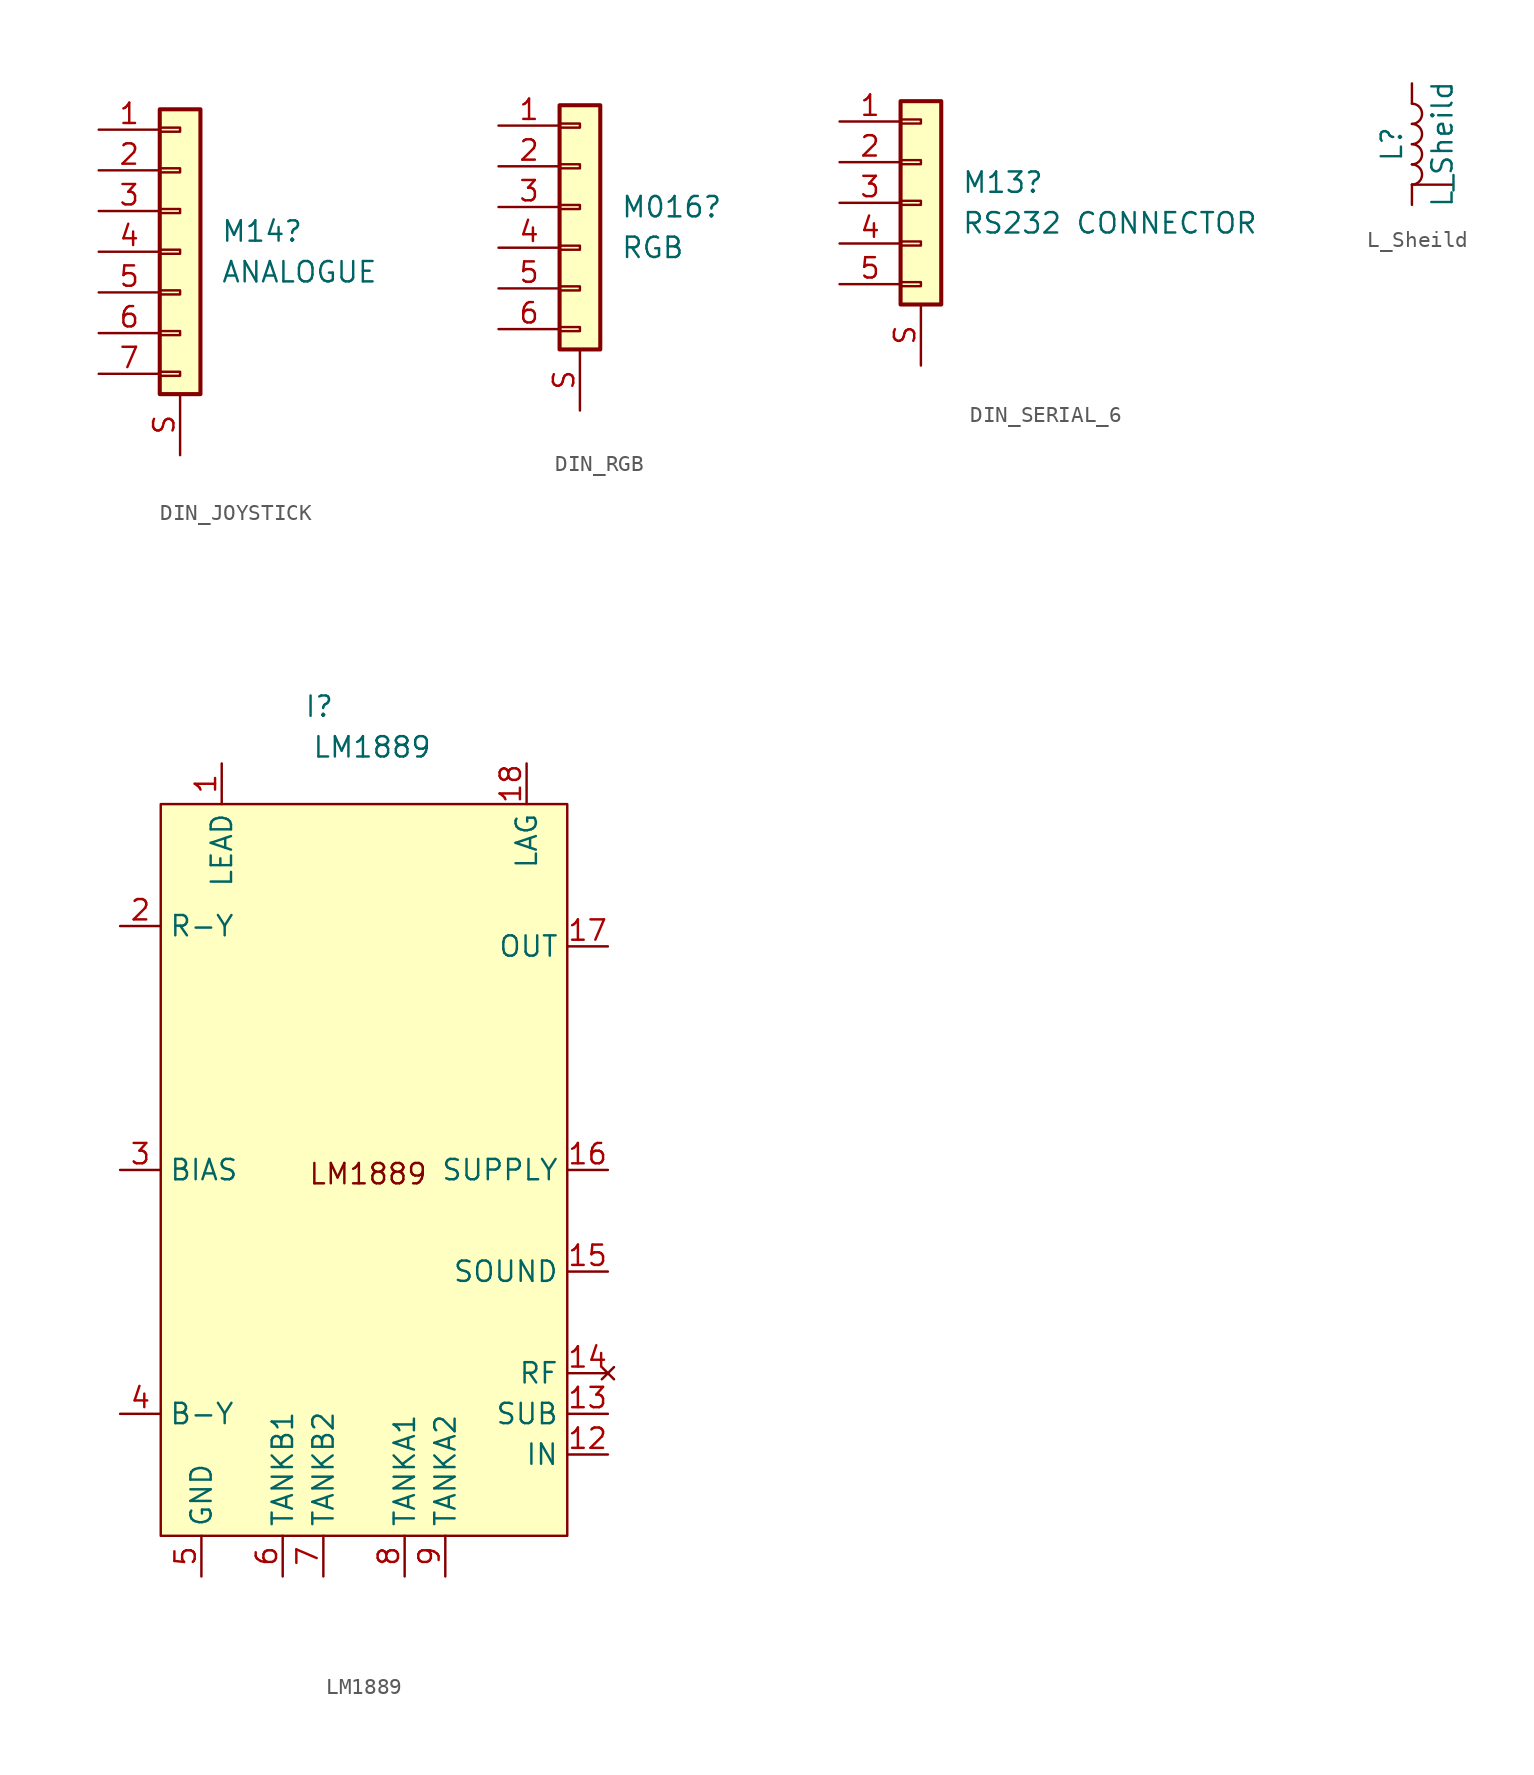
<source format=kicad_sym>
(kicad_symbol_lib
  (version 20241209)
  (generator "kicad_symbol_editor")
  (generator_version "9.0")
  (symbol "DIN_JOYSTICK"
    (pin_names
      (offset 1.016)
      (hide yes))
    (property "Reference" "M14"
      (at 2.54 1.27 0)
      (effects (font (size 1.27 1.27)) (justify left)))
    (property "Value" "ANALOGUE"
      (at 2.54 -1.27 0)
      (effects (font (size 1.27 1.27)) (justify left)))
    (symbol "DIN_JOYSTICK_1_1"
      (rectangle (start -1.27 8.89) (end 1.27 -8.89) (stroke (width 0.254) (type default)) (fill (type background)))
      (rectangle (start -1.27 7.747) (end 0 7.493) (stroke (width 0.152) (type default)) (fill (type none)))
      (rectangle (start -1.27 5.207) (end 0 4.953) (stroke (width 0.152) (type default)) (fill (type none)))
      (rectangle (start -1.27 2.667) (end 0 2.413) (stroke (width 0.152) (type default)) (fill (type none)))
      (rectangle (start -1.27 0.127) (end 0 -0.127) (stroke (width 0.152) (type default)) (fill (type none)))
      (rectangle (start -1.27 -2.413) (end 0 -2.667) (stroke (width 0.152) (type default)) (fill (type none)))
      (rectangle (start -1.27 -4.953) (end 0 -5.207) (stroke (width 0.152) (type default)) (fill (type none)))
      (rectangle (start -1.27 -7.493) (end 0 -7.747) (stroke (width 0.152) (type default)) (fill (type none)))
      (pin passive line (at -5.08 7.62 0) (length 3.81) (name "Pin_1" (effects (font (size 1.27 1.27)))) (number "1" (effects (font (size 1.27 1.27)))))
      (pin passive line (at -5.08 5.08 0) (length 3.81) (name "Pin_2" (effects (font (size 1.27 1.27)))) (number "2" (effects (font (size 1.27 1.27)))))
      (pin passive line (at -5.08 2.54 0) (length 3.81) (name "Pin_3" (effects (font (size 1.27 1.27)))) (number "3" (effects (font (size 1.27 1.27)))))
      (pin passive line (at -5.08 0 0) (length 3.81) (name "Pin_4" (effects (font (size 1.27 1.27)))) (number "4" (effects (font (size 1.27 1.27)))))
      (pin passive line (at -5.08 -2.54 0) (length 3.81) (name "Pin_5" (effects (font (size 1.27 1.27)))) (number "5" (effects (font (size 1.27 1.27)))))
      (pin passive line (at -5.08 -5.08 0) (length 3.81) (name "Pin_6" (effects (font (size 1.27 1.27)))) (number "6" (effects (font (size 1.27 1.27)))))
      (pin passive line (at -5.08 -7.62 0) (length 3.81) (name "Pin_7" (effects (font (size 1.27 1.27)))) (number "7" (effects (font (size 1.27 1.27)))))
      (pin passive line (at 0 -12.7 90) (length 3.81) (name "Shield" (effects (font (size 1.27 1.27)))) (number "S" (effects (font (size 1.27 1.27)))))))
  (symbol "DIN_RGB"
    (pin_names
      (offset 1.016)
      (hide yes))
    (property "Reference" "M016"
      (at 2.54 0.0001 0)
      (effects (font (size 1.27 1.27)) (justify left)))
    (property "Value" "RGB"
      (at 2.54 -2.54 0)
      (effects (font (size 1.27 1.27)) (justify left)))
    (symbol "DIN_RGB_1_1"
      (rectangle (start -1.27 6.35) (end 1.27 -8.89) (stroke (width 0.254) (type default)) (fill (type background)))
      (rectangle (start -1.27 5.207) (end 0 4.953) (stroke (width 0.152) (type default)) (fill (type none)))
      (rectangle (start -1.27 2.667) (end 0 2.413) (stroke (width 0.152) (type default)) (fill (type none)))
      (rectangle (start -1.27 0.127) (end 0 -0.127) (stroke (width 0.152) (type default)) (fill (type none)))
      (rectangle (start -1.27 -2.413) (end 0 -2.667) (stroke (width 0.152) (type default)) (fill (type none)))
      (rectangle (start -1.27 -4.953) (end 0 -5.207) (stroke (width 0.152) (type default)) (fill (type none)))
      (rectangle (start -1.27 -7.493) (end 0 -7.747) (stroke (width 0.152) (type default)) (fill (type none)))
      (pin passive line (at -5.08 5.08 0) (length 3.81) (name "Pin_1" (effects (font (size 1.27 1.27)))) (number "1" (effects (font (size 1.27 1.27)))))
      (pin passive line (at -5.08 2.54 0) (length 3.81) (name "Pin_2" (effects (font (size 1.27 1.27)))) (number "2" (effects (font (size 1.27 1.27)))))
      (pin passive line (at -5.08 0 0) (length 3.81) (name "Pin_3" (effects (font (size 1.27 1.27)))) (number "3" (effects (font (size 1.27 1.27)))))
      (pin passive line (at -5.08 -2.54 0) (length 3.81) (name "Pin_4" (effects (font (size 1.27 1.27)))) (number "4" (effects (font (size 1.27 1.27)))))
      (pin passive line (at -5.08 -5.08 0) (length 3.81) (name "Pin_5" (effects (font (size 1.27 1.27)))) (number "5" (effects (font (size 1.27 1.27)))))
      (pin passive line (at -5.08 -7.62 0) (length 3.81) (name "Pin_6" (effects (font (size 1.27 1.27)))) (number "6" (effects (font (size 1.27 1.27)))))
      (pin passive line (at 0 -12.7 90) (length 3.81) (name "Shield" (effects (font (size 1.27 1.27)))) (number "S" (effects (font (size 1.27 1.27)))))))
  (symbol "DIN_SERIAL_6"
    (pin_names
      (offset 1.016)
      (hide yes))
    (property "Reference" "M13"
      (at 2.54 1.27 0)
      (effects (font (size 1.27 1.27)) (justify left)))
    (property "Value" "RS232 CONNECTOR"
      (at 2.54 -1.27 0)
      (effects (font (size 1.27 1.27)) (justify left)))
    (symbol "DIN_SERIAL_6_1_1"
      (rectangle (start -1.27 6.35) (end 1.27 -6.35) (stroke (width 0.254) (type default)) (fill (type background)))
      (rectangle (start -1.27 5.207) (end 0 4.953) (stroke (width 0.152) (type default)) (fill (type none)))
      (rectangle (start -1.27 2.667) (end 0 2.413) (stroke (width 0.152) (type default)) (fill (type none)))
      (rectangle (start -1.27 0.127) (end 0 -0.127) (stroke (width 0.152) (type default)) (fill (type none)))
      (rectangle (start -1.27 -2.413) (end 0 -2.667) (stroke (width 0.152) (type default)) (fill (type none)))
      (rectangle (start -1.27 -4.953) (end 0 -5.207) (stroke (width 0.152) (type default)) (fill (type none)))
      (pin passive line (at -5.08 5.08 0) (length 3.81) (name "Pin_1" (effects (font (size 1.27 1.27)))) (number "1" (effects (font (size 1.27 1.27)))))
      (pin passive line (at -5.08 2.54 0) (length 3.81) (name "Pin_2" (effects (font (size 1.27 1.27)))) (number "2" (effects (font (size 1.27 1.27)))))
      (pin passive line (at -5.08 0 0) (length 3.81) (name "Pin_3" (effects (font (size 1.27 1.27)))) (number "3" (effects (font (size 1.27 1.27)))))
      (pin passive line (at -5.08 -2.54 0) (length 3.81) (name "Pin_4" (effects (font (size 1.27 1.27)))) (number "4" (effects (font (size 1.27 1.27)))))
      (pin passive line (at -5.08 -5.08 0) (length 3.81) (name "Pin_5" (effects (font (size 1.27 1.27)))) (number "5" (effects (font (size 1.27 1.27)))))
      (pin passive line (at 0 -10.16 90) (length 3.81) (name "Shield" (effects (font (size 1.27 1.27)))) (number "S" (effects (font (size 1.27 1.27)))))))
  (symbol "L_Sheild"
    (pin_numbers
      (hide yes))
    (pin_names
      (offset 1.016)
      (hide yes))
    (property "Reference" "L"
      (at -1.27 0 90)
      (effects (font (size 1.27 1.27))))
    (property "Value" "L_Sheild"
      (at 1.905 0 90)
      (effects (font (size 1.27 1.27))))
    (symbol "L_Sheild_0_1"
      (arc (start 0 2.54) (mid 0.6323 1.905) (end 0 1.27) (stroke (width 0) (type default)) (fill (type none)))
      (arc (start 0 1.27) (mid 0.6323 0.635) (end 0 0) (stroke (width 0) (type default)) (fill (type none)))
      (arc (start 0 0) (mid 0.6323 -0.635) (end 0 -1.27) (stroke (width 0) (type default)) (fill (type none)))
      (arc (start 0 -1.27) (mid 0.6323 -1.905) (end 0 -2.54) (stroke (width 0) (type default)) (fill (type none))))
    (symbol "L_Sheild_1_1"
      (pin passive line (at 0 3.81 270) (length 1.27) (name "1" (effects (font (size 1.27 1.27)))) (number "1" (effects (font (size 1.27 1.27)))))
      (pin passive line (at 0 -3.81 90) (length 1.27) (name "2" (effects (font (size 1.27 1.27)))) (number "2" (effects (font (size 1.27 1.27)))))
      (pin passive line (at 2.54 -2.54 180) (length 2.54) (name "S" (effects (font (size 1.27 1.27)))) (number "S" (effects (font (size 1.27 1.27)))))))
  (symbol "LM1889"
    (property "Reference" "I"
      (at -2.794 28.956 0)
      (effects (font (size 1.27 1.27))))
    (property "Value" "LM1889"
      (at 0.508 26.416 0)
      (effects (font (size 1.27 1.27))))
    (symbol "LM1889_0_0"
      (pin input line (at -15.24 15.24 0) (length 2.54) (name "R-Y" (effects (font (size 1.27 1.27)))) (number "2" (effects (font (size 1.27 1.27)))))
      (pin input line (at -15.24 0 0) (length 2.54) (name "BIAS" (effects (font (size 1.27 1.27)))) (number "3" (effects (font (size 1.27 1.27)))))
      (pin input line (at -15.24 -15.24 0) (length 2.54) (name "B-Y" (effects (font (size 1.27 1.27)))) (number "4" (effects (font (size 1.27 1.27)))))
      (pin power_in line (at -10.16 -25.4 90) (length 2.54) (name "GND" (effects (font (size 1.27 1.27)))) (number "5" (effects (font (size 1.27 1.27)))))
      (pin input line (at -8.89 25.4 270) (length 2.54) (name "LEAD" (effects (font (size 1.27 1.27)))) (number "1" (effects (font (size 1.27 1.27)))))
      (pin input line (at 10.16 25.4 270) (length 2.54) (name "LAG" (effects (font (size 1.27 1.27)))) (number "18" (effects (font (size 1.27 1.27)))))
      (pin output line (at 15.24 13.97 180) (length 2.54) (name "OUT" (effects (font (size 1.27 1.27)))) (number "17" (effects (font (size 1.27 1.27)))))
      (pin power_in line (at 15.24 0 180) (length 2.54) (name "SUPPLY" (effects (font (size 1.27 1.27)))) (number "16" (effects (font (size 1.27 1.27)))))
      (pin passive line (at 15.24 -6.35 180) (length 2.54) (name "SOUND" (effects (font (size 1.27 1.27)))) (number "15" (effects (font (size 1.27 1.27)))))
      (pin input line (at 15.24 -15.24 180) (length 2.54) (name "SUB" (effects (font (size 1.27 1.27)))) (number "13" (effects (font (size 1.27 1.27)))))
      (pin input line (at 15.24 -17.78 180) (length 2.54) (name "IN" (effects (font (size 1.27 1.27)))) (number "12" (effects (font (size 1.27 1.27))))))
    (symbol "LM1889_1_0"
      (pin passive line (at -5.08 -25.4 90) (length 2.54) (name "TANKB1" (effects (font (size 1.27 1.27)))) (number "6" (effects (font (size 1.27 1.27)))))
      (pin passive line (at -2.54 -25.4 90) (length 2.54) (name "TANKB2" (effects (font (size 1.27 1.27)))) (number "7" (effects (font (size 1.27 1.27)))))
      (pin passive line (at 2.54 -25.4 90) (length 2.54) (name "TANKA1" (effects (font (size 1.27 1.27)))) (number "8" (effects (font (size 1.27 1.27)))))
      (pin passive line (at 5.08 -25.4 90) (length 2.54) (name "TANKA2" (effects (font (size 1.27 1.27)))) (number "9" (effects (font (size 1.27 1.27)))))
      (pin no_connect line (at 15.24 10.16 180) (length 2.54) (hide yes) (name "OUT_B" (effects (font (size 1.27 1.27)))) (number "10" (effects (font (size 1.27 1.27)))))
      (pin no_connect line (at 15.24 7.62 180) (length 2.54) (hide yes) (name "OUT_A" (effects (font (size 1.27 1.27)))) (number "11" (effects (font (size 1.27 1.27)))))
      (pin no_connect line (at 15.24 -12.7 180) (length 2.54) (name "RF" (effects (font (size 1.27 1.27)))) (number "14" (effects (font (size 1.27 1.27))))))
    (symbol "LM1889_1_1"
      (rectangle (start -12.7 22.86) (end 12.7 -22.86) (stroke (width 0) (type default)) (fill (type background)))
      (text "LM1889" (at 0.254 -0.254 0) (effects (font (size 1.27 1.27)))))))
</source>
